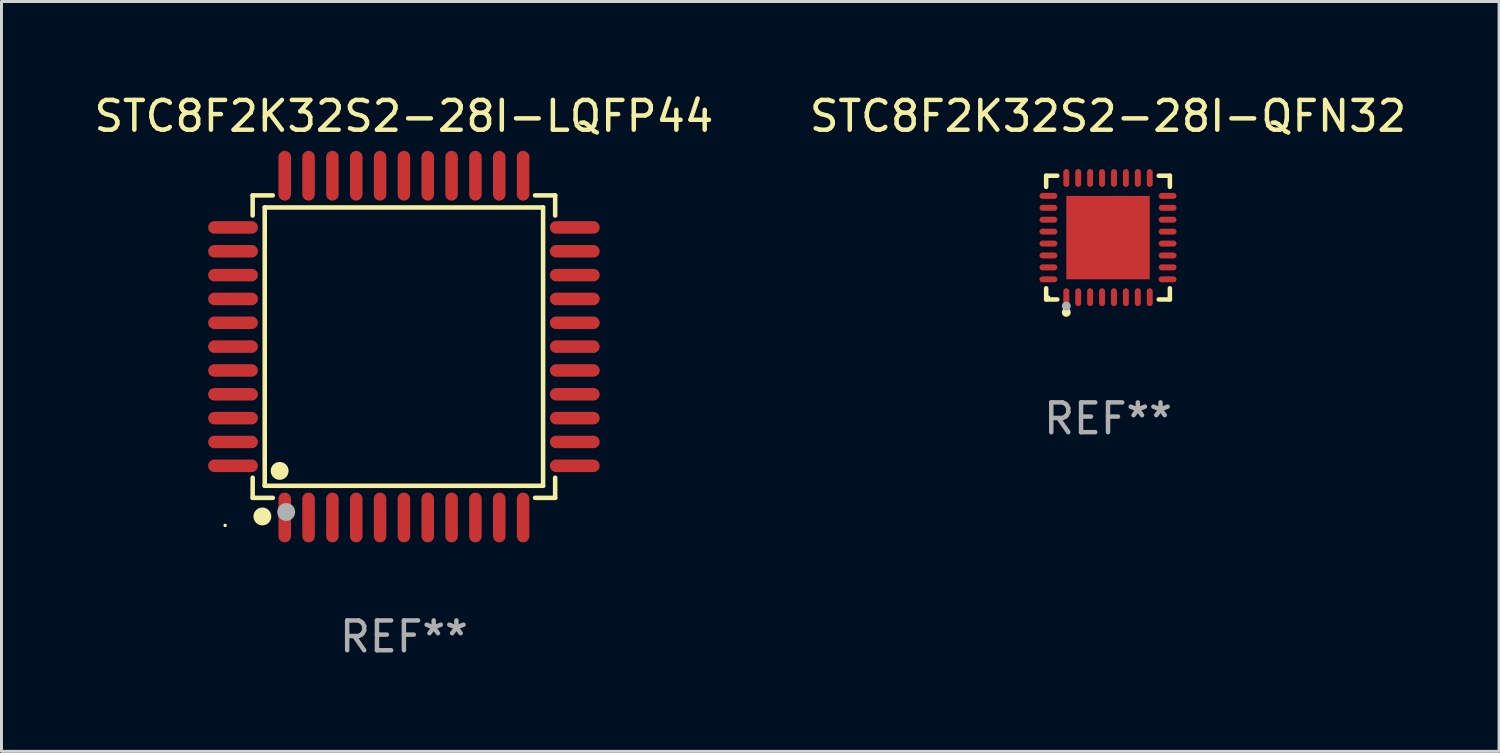
<source format=kicad_pcb>
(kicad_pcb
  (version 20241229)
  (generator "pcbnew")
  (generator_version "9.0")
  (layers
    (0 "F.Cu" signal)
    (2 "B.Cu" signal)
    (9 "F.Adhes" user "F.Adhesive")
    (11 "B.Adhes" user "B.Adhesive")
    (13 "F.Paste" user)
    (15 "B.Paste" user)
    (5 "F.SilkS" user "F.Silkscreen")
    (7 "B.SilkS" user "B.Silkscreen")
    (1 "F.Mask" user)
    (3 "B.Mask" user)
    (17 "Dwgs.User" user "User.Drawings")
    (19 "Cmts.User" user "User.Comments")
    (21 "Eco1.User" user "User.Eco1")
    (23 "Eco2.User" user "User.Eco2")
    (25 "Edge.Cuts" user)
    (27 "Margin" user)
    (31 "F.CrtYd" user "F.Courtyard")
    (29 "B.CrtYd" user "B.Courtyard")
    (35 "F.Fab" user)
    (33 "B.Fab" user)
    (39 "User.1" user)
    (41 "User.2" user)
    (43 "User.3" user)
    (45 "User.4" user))
  (footprint "STC8F2K32S2-28I-QFN32"
    (layer "F.Cu")
    (at 34.137 4.924)
    (property "Reference" "STC8F2K32S2-28I-QFN32" (at 0 -4.076 0) (layer "F.SilkS") (effects (font (size 1 1) (thickness 0.15))))
    (attr through_hole)
    (fp_line (start -2.076 -2.076) (end -1.703 -2.076) (stroke (width 0.152) (type solid)) (layer "F.SilkS"))
    (fp_line (start -2.076 -1.703) (end -2.076 -2.076) (stroke (width 0.152) (type solid)) (layer "F.SilkS"))
    (fp_line (start -2.076 1.703) (end -2.076 2.076) (stroke (width 0.152) (type solid)) (layer "F.SilkS"))
    (fp_line (start -2.076 2.076) (end -1.703 2.076) (stroke (width 0.152) (type solid)) (layer "F.SilkS"))
    (fp_line (start 2.076 -2.076) (end 1.703 -2.076) (stroke (width 0.152) (type solid)) (layer "F.SilkS"))
    (fp_line (start 2.076 -1.703) (end 2.076 -2.076) (stroke (width 0.152) (type solid)) (layer "F.SilkS"))
    (fp_line (start 2.076 1.703) (end 2.076 2.076) (stroke (width 0.152) (type solid)) (layer "F.SilkS"))
    (fp_line (start 2.076 2.076) (end 1.703 2.076) (stroke (width 0.152) (type solid)) (layer "F.SilkS"))
    (fp_circle (center -2 2) (end -1.97 2) (stroke (width 0.06) (type solid)) (fill no) (layer "F.SilkS"))
    (fp_circle (center -1.4 2.51) (end -1.325 2.51) (stroke (width 0.15) (type solid)) (fill no) (layer "F.SilkS"))
    (fp_circle (center -1.4 2.3) (end -1.325 2.3) (stroke (width 0.15) (type solid)) (fill no) (layer "F.Fab"))
    (fp_text user "REF**" (at 0 6.076 0) (layer "F.Fab") (effects (font (size 1 1) (thickness 0.15))))
    (pad "1" smd oval (at -1.4 2) (size 0.2 0.6) (layers "F.Cu" "F.Mask" "F.Paste"))
    (pad "2" smd oval (at -1 2) (size 0.2 0.6) (layers "F.Cu" "F.Mask" "F.Paste"))
    (pad "3" smd oval (at -0.6 2) (size 0.2 0.6) (layers "F.Cu" "F.Mask" "F.Paste"))
    (pad "4" smd oval (at -0.2 2) (size 0.2 0.6) (layers "F.Cu" "F.Mask" "F.Paste"))
    (pad "5" smd oval (at 0.2 2) (size 0.2 0.6) (layers "F.Cu" "F.Mask" "F.Paste"))
    (pad "6" smd oval (at 0.6 2) (size 0.2 0.6) (layers "F.Cu" "F.Mask" "F.Paste"))
    (pad "7" smd oval (at 1 2) (size 0.2 0.6) (layers "F.Cu" "F.Mask" "F.Paste"))
    (pad "8" smd oval (at 1.4 2) (size 0.2 0.6) (layers "F.Cu" "F.Mask" "F.Paste"))
    (pad "9" smd oval (at 2 1.4) (size 0.6 0.2) (layers "F.Cu" "F.Mask" "F.Paste"))
    (pad "10" smd oval (at 2 1) (size 0.6 0.2) (layers "F.Cu" "F.Mask" "F.Paste"))
    (pad "11" smd oval (at 2 0.6) (size 0.6 0.2) (layers "F.Cu" "F.Mask" "F.Paste"))
    (pad "12" smd oval (at 2 0.2) (size 0.6 0.2) (layers "F.Cu" "F.Mask" "F.Paste"))
    (pad "13" smd oval (at 2 -0.2) (size 0.6 0.2) (layers "F.Cu" "F.Mask" "F.Paste"))
    (pad "14" smd oval (at 2 -0.6) (size 0.6 0.2) (layers "F.Cu" "F.Mask" "F.Paste"))
    (pad "15" smd oval (at 2 -1) (size 0.6 0.2) (layers "F.Cu" "F.Mask" "F.Paste"))
    (pad "16" smd oval (at 2 -1.4) (size 0.6 0.2) (layers "F.Cu" "F.Mask" "F.Paste"))
    (pad "17" smd oval (at 1.4 -2) (size 0.2 0.6) (layers "F.Cu" "F.Mask" "F.Paste"))
    (pad "18" smd oval (at 1 -2) (size 0.2 0.6) (layers "F.Cu" "F.Mask" "F.Paste"))
    (pad "19" smd oval (at 0.6 -2) (size 0.2 0.6) (layers "F.Cu" "F.Mask" "F.Paste"))
    (pad "20" smd oval (at 0.2 -2) (size 0.2 0.6) (layers "F.Cu" "F.Mask" "F.Paste"))
    (pad "21" smd oval (at -0.2 -2) (size 0.2 0.6) (layers "F.Cu" "F.Mask" "F.Paste"))
    (pad "22" smd oval (at -0.6 -2) (size 0.2 0.6) (layers "F.Cu" "F.Mask" "F.Paste"))
    (pad "23" smd oval (at -1 -2) (size 0.2 0.6) (layers "F.Cu" "F.Mask" "F.Paste"))
    (pad "24" smd oval (at -1.4 -2) (size 0.2 0.6) (layers "F.Cu" "F.Mask" "F.Paste"))
    (pad "25" smd oval (at -2 -1.4) (size 0.6 0.2) (layers "F.Cu" "F.Mask" "F.Paste"))
    (pad "26" smd oval (at -2 -1) (size 0.6 0.2) (layers "F.Cu" "F.Mask" "F.Paste"))
    (pad "27" smd oval (at -2 -0.6) (size 0.6 0.2) (layers "F.Cu" "F.Mask" "F.Paste"))
    (pad "28" smd oval (at -2 -0.2) (size 0.6 0.2) (layers "F.Cu" "F.Mask" "F.Paste"))
    (pad "29" smd oval (at -2 0.2) (size 0.6 0.2) (layers "F.Cu" "F.Mask" "F.Paste"))
    (pad "30" smd oval (at -2 0.6) (size 0.6 0.2) (layers "F.Cu" "F.Mask" "F.Paste"))
    (pad "31" smd oval (at -2 1) (size 0.6 0.2) (layers "F.Cu" "F.Mask" "F.Paste"))
    (pad "32" smd oval (at -2 1.4) (size 0.6 0.2) (layers "F.Cu" "F.Mask" "F.Paste"))
    (pad "33" smd rect (at 0 0) (size 2.8 2.8) (layers "F.Cu" "F.Mask" "F.Paste")))
  (footprint "STC8F2K32S2-28I-LQFP44"
    (layer "F.Cu")
    (at 10.506 8.583)
    (property "Reference" "STC8F2K32S2-28I-LQFP44" (at 0 -7.735 0) (layer "F.SilkS") (effects (font (size 1 1) (thickness 0.15))))
    (attr through_hole)
    (fp_line (start -5.076 -5.076) (end -4.401 -5.076) (stroke (width 0.152) (type solid)) (layer "F.SilkS"))
    (fp_line (start -5.076 -4.401) (end -5.076 -5.076) (stroke (width 0.152) (type solid)) (layer "F.SilkS"))
    (fp_line (start -5.076 4.401) (end -5.076 5.076) (stroke (width 0.152) (type solid)) (layer "F.SilkS"))
    (fp_line (start -5.076 5.076) (end -4.401 5.076) (stroke (width 0.152) (type solid)) (layer "F.SilkS"))
    (fp_line (start -4.671 -4.671) (end 4.671 -4.671) (stroke (width 0.152) (type solid)) (layer "F.SilkS"))
    (fp_line (start -4.671 4.671) (end -4.671 -4.671) (stroke (width 0.152) (type solid)) (layer "F.SilkS"))
    (fp_line (start 4.671 -4.671) (end 4.671 4.671) (stroke (width 0.152) (type solid)) (layer "F.SilkS"))
    (fp_line (start 4.671 4.671) (end -4.671 4.671) (stroke (width 0.152) (type solid)) (layer "F.SilkS"))
    (fp_line (start 5.076 -5.076) (end 4.401 -5.076) (stroke (width 0.152) (type solid)) (layer "F.SilkS"))
    (fp_line (start 5.076 -4.401) (end 5.076 -5.076) (stroke (width 0.152) (type solid)) (layer "F.SilkS"))
    (fp_line (start 5.076 4.401) (end 5.076 5.076) (stroke (width 0.152) (type solid)) (layer "F.SilkS"))
    (fp_line (start 5.076 5.076) (end 4.401 5.076) (stroke (width 0.152) (type solid)) (layer "F.SilkS"))
    (fp_circle (center -6 6) (end -5.97 6) (stroke (width 0.06) (type solid)) (fill no) (layer "F.SilkS"))
    (fp_circle (center -4.75 5.7) (end -4.6 5.7) (stroke (width 0.3) (type solid)) (fill no) (layer "F.SilkS"))
    (fp_circle (center -4.171 4.171) (end -4.021 4.171) (stroke (width 0.3) (type solid)) (fill no) (layer "F.SilkS"))
    (fp_circle (center -3.95 5.55) (end -3.8 5.55) (stroke (width 0.3) (type solid)) (fill no) (layer "F.Fab"))
    (fp_text user "REF**" (at 0 9.735 0) (layer "F.Fab") (effects (font (size 1 1) (thickness 0.15))))
    (pad "1" smd oval (at -4 5.735) (size 0.42 1.67) (layers "F.Cu" "F.Mask" "F.Paste"))
    (pad "2" smd oval (at -3.2 5.735) (size 0.42 1.67) (layers "F.Cu" "F.Mask" "F.Paste"))
    (pad "3" smd oval (at -2.4 5.735) (size 0.42 1.67) (layers "F.Cu" "F.Mask" "F.Paste"))
    (pad "4" smd oval (at -1.6 5.735) (size 0.42 1.67) (layers "F.Cu" "F.Mask" "F.Paste"))
    (pad "5" smd oval (at -0.8 5.735) (size 0.42 1.67) (layers "F.Cu" "F.Mask" "F.Paste"))
    (pad "6" smd oval (at 0 5.735) (size 0.42 1.67) (layers "F.Cu" "F.Mask" "F.Paste"))
    (pad "7" smd oval (at 0.8 5.735) (size 0.42 1.67) (layers "F.Cu" "F.Mask" "F.Paste"))
    (pad "8" smd oval (at 1.6 5.735) (size 0.42 1.67) (layers "F.Cu" "F.Mask" "F.Paste"))
    (pad "9" smd oval (at 2.4 5.735) (size 0.42 1.67) (layers "F.Cu" "F.Mask" "F.Paste"))
    (pad "10" smd oval (at 3.2 5.735) (size 0.42 1.67) (layers "F.Cu" "F.Mask" "F.Paste"))
    (pad "11" smd oval (at 4 5.735) (size 0.42 1.67) (layers "F.Cu" "F.Mask" "F.Paste"))
    (pad "12" smd oval (at 5.735 4) (size 1.67 0.42) (layers "F.Cu" "F.Mask" "F.Paste"))
    (pad "13" smd oval (at 5.735 3.2) (size 1.67 0.42) (layers "F.Cu" "F.Mask" "F.Paste"))
    (pad "14" smd oval (at 5.735 2.4) (size 1.67 0.42) (layers "F.Cu" "F.Mask" "F.Paste"))
    (pad "15" smd oval (at 5.735 1.6) (size 1.67 0.42) (layers "F.Cu" "F.Mask" "F.Paste"))
    (pad "16" smd oval (at 5.735 0.8) (size 1.67 0.42) (layers "F.Cu" "F.Mask" "F.Paste"))
    (pad "17" smd oval (at 5.735 0) (size 1.67 0.42) (layers "F.Cu" "F.Mask" "F.Paste"))
    (pad "18" smd oval (at 5.735 -0.8) (size 1.67 0.42) (layers "F.Cu" "F.Mask" "F.Paste"))
    (pad "19" smd oval (at 5.735 -1.6) (size 1.67 0.42) (layers "F.Cu" "F.Mask" "F.Paste"))
    (pad "20" smd oval (at 5.735 -2.4) (size 1.67 0.42) (layers "F.Cu" "F.Mask" "F.Paste"))
    (pad "21" smd oval (at 5.735 -3.2) (size 1.67 0.42) (layers "F.Cu" "F.Mask" "F.Paste"))
    (pad "22" smd oval (at 5.735 -4) (size 1.67 0.42) (layers "F.Cu" "F.Mask" "F.Paste"))
    (pad "23" smd oval (at 4 -5.735) (size 0.42 1.67) (layers "F.Cu" "F.Mask" "F.Paste"))
    (pad "24" smd oval (at 3.2 -5.735) (size 0.42 1.67) (layers "F.Cu" "F.Mask" "F.Paste"))
    (pad "25" smd oval (at 2.4 -5.735) (size 0.42 1.67) (layers "F.Cu" "F.Mask" "F.Paste"))
    (pad "26" smd oval (at 1.6 -5.735) (size 0.42 1.67) (layers "F.Cu" "F.Mask" "F.Paste"))
    (pad "27" smd oval (at 0.8 -5.735) (size 0.42 1.67) (layers "F.Cu" "F.Mask" "F.Paste"))
    (pad "28" smd oval (at 0 -5.735) (size 0.42 1.67) (layers "F.Cu" "F.Mask" "F.Paste"))
    (pad "29" smd oval (at -0.8 -5.735) (size 0.42 1.67) (layers "F.Cu" "F.Mask" "F.Paste"))
    (pad "30" smd oval (at -1.6 -5.735) (size 0.42 1.67) (layers "F.Cu" "F.Mask" "F.Paste"))
    (pad "31" smd oval (at -2.4 -5.735) (size 0.42 1.67) (layers "F.Cu" "F.Mask" "F.Paste"))
    (pad "32" smd oval (at -3.2 -5.735) (size 0.42 1.67) (layers "F.Cu" "F.Mask" "F.Paste"))
    (pad "33" smd oval (at -4 -5.735) (size 0.42 1.67) (layers "F.Cu" "F.Mask" "F.Paste"))
    (pad "34" smd oval (at -5.735 -4) (size 1.67 0.42) (layers "F.Cu" "F.Mask" "F.Paste"))
    (pad "35" smd oval (at -5.735 -3.2) (size 1.67 0.42) (layers "F.Cu" "F.Mask" "F.Paste"))
    (pad "36" smd oval (at -5.735 -2.4) (size 1.67 0.42) (layers "F.Cu" "F.Mask" "F.Paste"))
    (pad "37" smd oval (at -5.735 -1.6) (size 1.67 0.42) (layers "F.Cu" "F.Mask" "F.Paste"))
    (pad "38" smd oval (at -5.735 -0.8) (size 1.67 0.42) (layers "F.Cu" "F.Mask" "F.Paste"))
    (pad "39" smd oval (at -5.735 0) (size 1.67 0.42) (layers "F.Cu" "F.Mask" "F.Paste"))
    (pad "40" smd oval (at -5.735 0.8) (size 1.67 0.42) (layers "F.Cu" "F.Mask" "F.Paste"))
    (pad "41" smd oval (at -5.735 1.6) (size 1.67 0.42) (layers "F.Cu" "F.Mask" "F.Paste"))
    (pad "42" smd oval (at -5.735 2.4) (size 1.67 0.42) (layers "F.Cu" "F.Mask" "F.Paste"))
    (pad "43" smd oval (at -5.735 3.2) (size 1.67 0.42) (layers "F.Cu" "F.Mask" "F.Paste"))
    (pad "44" smd oval (at -5.735 4) (size 1.67 0.42) (layers "F.Cu" "F.Mask" "F.Paste")))
  (gr_rect
    (start -3 -3)
    (end 47.262 22.167)
    (stroke (width 0.1) (type default))
    (fill no)
    (layer "Edge.Cuts")))
</source>
